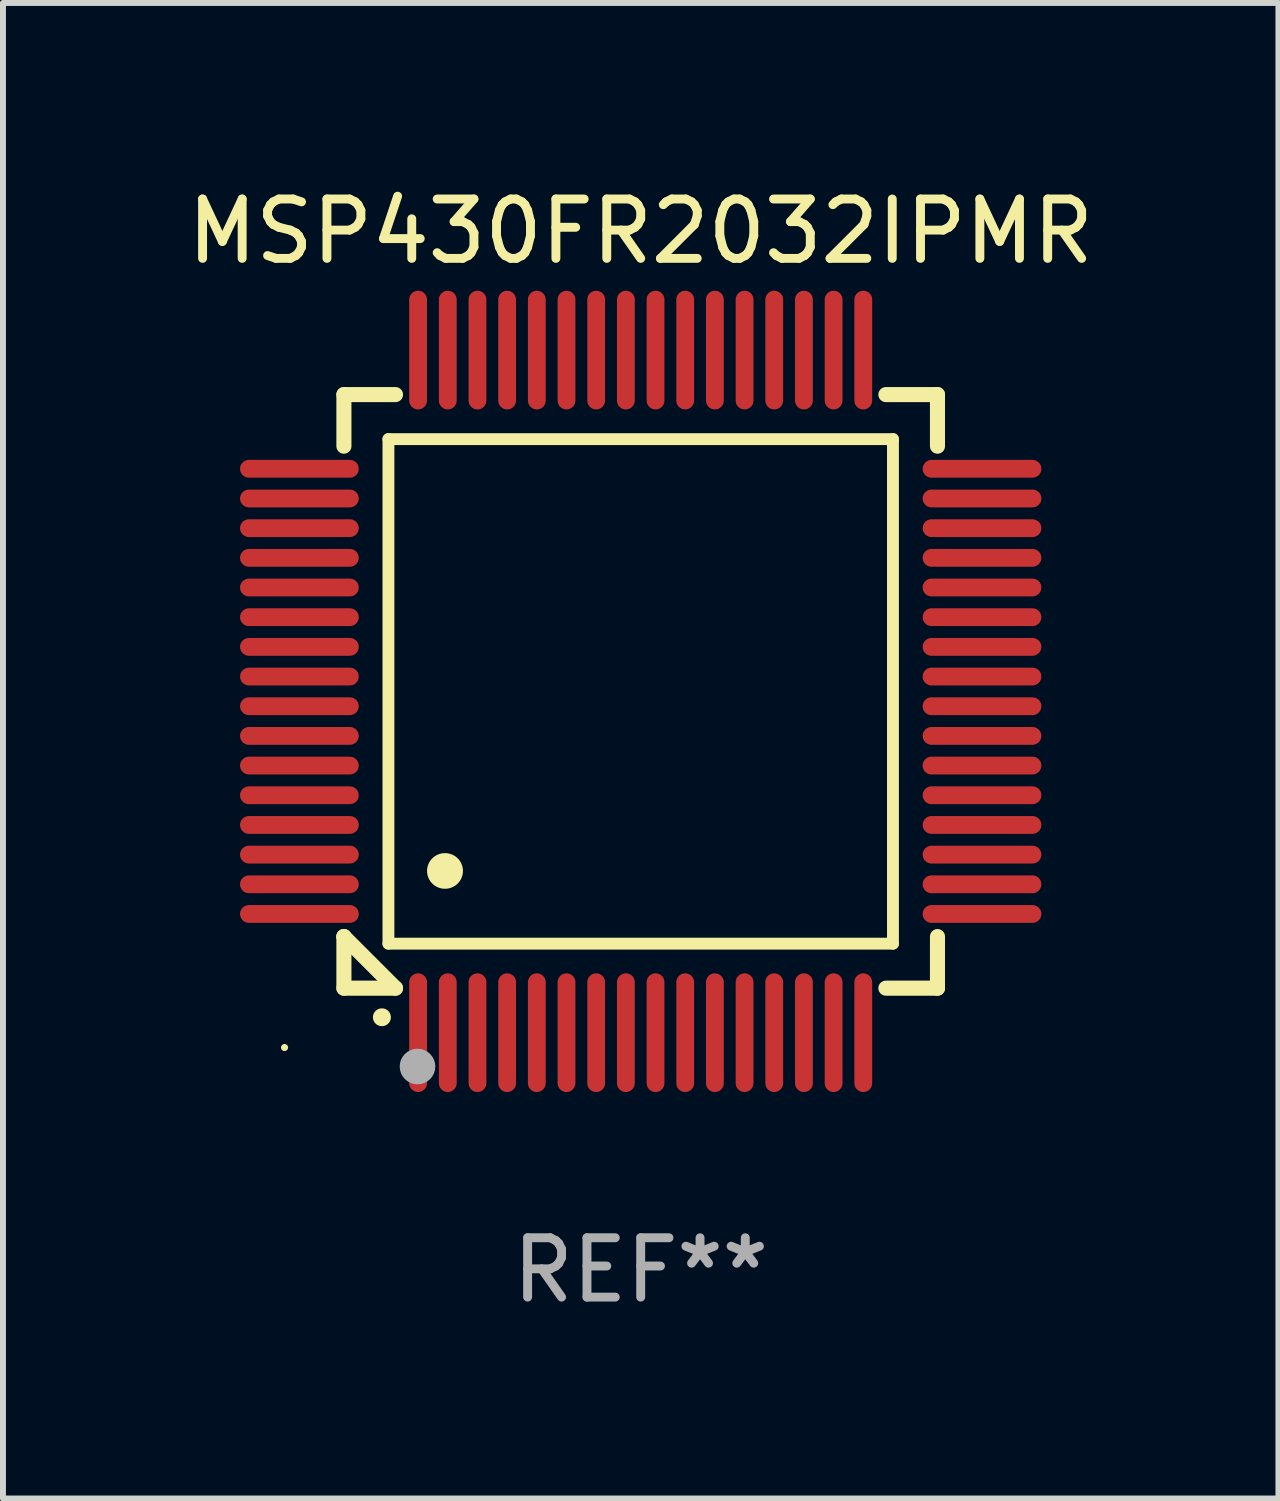
<source format=kicad_pcb>
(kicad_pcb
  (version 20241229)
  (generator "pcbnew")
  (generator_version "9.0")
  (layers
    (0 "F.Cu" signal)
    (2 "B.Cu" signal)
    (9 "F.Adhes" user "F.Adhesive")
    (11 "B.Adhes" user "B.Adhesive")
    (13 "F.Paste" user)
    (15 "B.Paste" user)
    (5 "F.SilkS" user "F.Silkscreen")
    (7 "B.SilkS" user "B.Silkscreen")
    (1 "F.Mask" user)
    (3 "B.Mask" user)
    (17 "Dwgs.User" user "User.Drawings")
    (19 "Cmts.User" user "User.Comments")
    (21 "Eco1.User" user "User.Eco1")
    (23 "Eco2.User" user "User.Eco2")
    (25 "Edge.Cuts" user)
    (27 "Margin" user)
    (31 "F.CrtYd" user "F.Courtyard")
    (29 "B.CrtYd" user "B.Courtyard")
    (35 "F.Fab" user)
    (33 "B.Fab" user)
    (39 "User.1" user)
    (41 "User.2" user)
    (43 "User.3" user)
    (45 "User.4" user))
  (footprint "MSP430FR2032IPMR"
    (layer "F.Cu")
    (at 7.744 8.598)
    (property "Reference" "MSP430FR2032IPMR" (at 0 -7.75 0) (layer "F.SilkS") (effects (font (size 1 1) (thickness 0.15))))
    (attr through_hole)
    (fp_line (start -5 -5) (end -4.131 -5) (stroke (width 0.254) (type solid)) (layer "F.SilkS"))
    (fp_line (start -5 -4.131) (end -5 -5) (stroke (width 0.254) (type solid)) (layer "F.SilkS"))
    (fp_line (start -5 4.131) (end -5 4.131) (stroke (width 0.254) (type solid)) (layer "F.SilkS"))
    (fp_line (start -5 5) (end -5 4.131) (stroke (width 0.254) (type solid)) (layer "F.SilkS"))
    (fp_line (start -5 4.131) (end -4.131 5) (stroke (width 0.254) (type solid)) (layer "F.SilkS"))
    (fp_line (start -4.25 -4.25) (end -4.25 4.25) (stroke (width 0.2) (type solid)) (layer "F.SilkS"))
    (fp_line (start -4.25 4.25) (end 4.25 4.25) (stroke (width 0.2) (type solid)) (layer "F.SilkS"))
    (fp_line (start -4.131 5) (end -5 5) (stroke (width 0.254) (type solid)) (layer "F.SilkS"))
    (fp_line (start 4.25 -4.25) (end -4.25 -4.25) (stroke (width 0.2) (type solid)) (layer "F.SilkS"))
    (fp_line (start 4.25 4.25) (end 4.25 -4.25) (stroke (width 0.2) (type solid)) (layer "F.SilkS"))
    (fp_line (start 5 -5) (end 4.131 -5) (stroke (width 0.254) (type solid)) (layer "F.SilkS"))
    (fp_line (start 5 -5) (end 5 -4.131) (stroke (width 0.254) (type solid)) (layer "F.SilkS"))
    (fp_line (start 5 4.131) (end 5 5) (stroke (width 0.254) (type solid)) (layer "F.SilkS"))
    (fp_line (start 5 5) (end 4.131 5) (stroke (width 0.254) (type solid)) (layer "F.SilkS"))
    (fp_arc (start -4.361265 5.489992) (mid -4.359995 5.489987) (end -4.358725 5.489992) (stroke (width 0.3) (type solid)) (layer "F.SilkS"))
    (fp_arc (start -3.299467 3.025146) (mid -3.296927 3.025135) (end -3.294387 3.025146) (stroke (width 0.6) (type solid)) (layer "F.SilkS"))
    (fp_circle (center -6 6) (end -5.97 6) (stroke (width 0.06) (type solid)) (fill no) (layer "F.SilkS"))
    (fp_circle (center -3.76 6.32) (end -3.61 6.32) (stroke (width 0.3) (type solid)) (fill no) (layer "F.Fab"))
    (fp_text user "REF**" (at 0 9.75 0) (layer "F.Fab") (effects (font (size 1 1) (thickness 0.15))))
    (pad "1" smd oval (at -3.75 5.75) (size 0.3 2) (layers "F.Cu" "F.Mask" "F.Paste"))
    (pad "2" smd oval (at -3.25 5.75) (size 0.3 2) (layers "F.Cu" "F.Mask" "F.Paste"))
    (pad "3" smd oval (at -2.75 5.75) (size 0.3 2) (layers "F.Cu" "F.Mask" "F.Paste"))
    (pad "4" smd oval (at -2.25 5.75) (size 0.3 2) (layers "F.Cu" "F.Mask" "F.Paste"))
    (pad "5" smd oval (at -1.75 5.75) (size 0.3 2) (layers "F.Cu" "F.Mask" "F.Paste"))
    (pad "6" smd oval (at -1.25 5.75) (size 0.3 2) (layers "F.Cu" "F.Mask" "F.Paste"))
    (pad "7" smd oval (at -0.75 5.75) (size 0.3 2) (layers "F.Cu" "F.Mask" "F.Paste"))
    (pad "8" smd oval (at -0.25 5.75) (size 0.3 2) (layers "F.Cu" "F.Mask" "F.Paste"))
    (pad "9" smd oval (at 0.25 5.75) (size 0.3 2) (layers "F.Cu" "F.Mask" "F.Paste"))
    (pad "10" smd oval (at 0.75 5.75) (size 0.3 2) (layers "F.Cu" "F.Mask" "F.Paste"))
    (pad "11" smd oval (at 1.25 5.75) (size 0.3 2) (layers "F.Cu" "F.Mask" "F.Paste"))
    (pad "12" smd oval (at 1.75 5.75) (size 0.3 2) (layers "F.Cu" "F.Mask" "F.Paste"))
    (pad "13" smd oval (at 2.25 5.75) (size 0.3 2) (layers "F.Cu" "F.Mask" "F.Paste"))
    (pad "14" smd oval (at 2.75 5.75) (size 0.3 2) (layers "F.Cu" "F.Mask" "F.Paste"))
    (pad "15" smd oval (at 3.25 5.75) (size 0.3 2) (layers "F.Cu" "F.Mask" "F.Paste"))
    (pad "16" smd oval (at 3.75 5.75) (size 0.3 2) (layers "F.Cu" "F.Mask" "F.Paste"))
    (pad "17" smd oval (at 5.75 3.75) (size 2 0.3) (layers "F.Cu" "F.Mask" "F.Paste"))
    (pad "18" smd oval (at 5.75 3.25) (size 2 0.3) (layers "F.Cu" "F.Mask" "F.Paste"))
    (pad "19" smd oval (at 5.75 2.75) (size 2 0.3) (layers "F.Cu" "F.Mask" "F.Paste"))
    (pad "20" smd oval (at 5.75 2.25) (size 2 0.3) (layers "F.Cu" "F.Mask" "F.Paste"))
    (pad "21" smd oval (at 5.75 1.75) (size 2 0.3) (layers "F.Cu" "F.Mask" "F.Paste"))
    (pad "22" smd oval (at 5.75 1.25) (size 2 0.3) (layers "F.Cu" "F.Mask" "F.Paste"))
    (pad "23" smd oval (at 5.75 0.75) (size 2 0.3) (layers "F.Cu" "F.Mask" "F.Paste"))
    (pad "24" smd oval (at 5.75 0.25) (size 2 0.3) (layers "F.Cu" "F.Mask" "F.Paste"))
    (pad "25" smd oval (at 5.75 -0.25) (size 2 0.3) (layers "F.Cu" "F.Mask" "F.Paste"))
    (pad "26" smd oval (at 5.75 -0.75) (size 2 0.3) (layers "F.Cu" "F.Mask" "F.Paste"))
    (pad "27" smd oval (at 5.75 -1.25) (size 2 0.3) (layers "F.Cu" "F.Mask" "F.Paste"))
    (pad "28" smd oval (at 5.75 -1.75) (size 2 0.3) (layers "F.Cu" "F.Mask" "F.Paste"))
    (pad "29" smd oval (at 5.75 -2.25) (size 2 0.3) (layers "F.Cu" "F.Mask" "F.Paste"))
    (pad "30" smd oval (at 5.75 -2.75) (size 2 0.3) (layers "F.Cu" "F.Mask" "F.Paste"))
    (pad "31" smd oval (at 5.75 -3.25) (size 2 0.3) (layers "F.Cu" "F.Mask" "F.Paste"))
    (pad "32" smd oval (at 5.75 -3.75) (size 2 0.3) (layers "F.Cu" "F.Mask" "F.Paste"))
    (pad "33" smd oval (at 3.75 -5.75) (size 0.3 2) (layers "F.Cu" "F.Mask" "F.Paste"))
    (pad "34" smd oval (at 3.25 -5.75) (size 0.3 2) (layers "F.Cu" "F.Mask" "F.Paste"))
    (pad "35" smd oval (at 2.75 -5.75) (size 0.3 2) (layers "F.Cu" "F.Mask" "F.Paste"))
    (pad "36" smd oval (at 2.25 -5.75) (size 0.3 2) (layers "F.Cu" "F.Mask" "F.Paste"))
    (pad "37" smd oval (at 1.75 -5.75) (size 0.3 2) (layers "F.Cu" "F.Mask" "F.Paste"))
    (pad "38" smd oval (at 1.25 -5.75) (size 0.3 2) (layers "F.Cu" "F.Mask" "F.Paste"))
    (pad "39" smd oval (at 0.75 -5.75) (size 0.3 2) (layers "F.Cu" "F.Mask" "F.Paste"))
    (pad "40" smd oval (at 0.25 -5.75) (size 0.3 2) (layers "F.Cu" "F.Mask" "F.Paste"))
    (pad "41" smd oval (at -0.25 -5.75) (size 0.3 2) (layers "F.Cu" "F.Mask" "F.Paste"))
    (pad "42" smd oval (at -0.75 -5.75) (size 0.3 2) (layers "F.Cu" "F.Mask" "F.Paste"))
    (pad "43" smd oval (at -1.25 -5.75) (size 0.3 2) (layers "F.Cu" "F.Mask" "F.Paste"))
    (pad "44" smd oval (at -1.75 -5.75) (size 0.3 2) (layers "F.Cu" "F.Mask" "F.Paste"))
    (pad "45" smd oval (at -2.25 -5.75) (size 0.3 2) (layers "F.Cu" "F.Mask" "F.Paste"))
    (pad "46" smd oval (at -2.75 -5.75) (size 0.3 2) (layers "F.Cu" "F.Mask" "F.Paste"))
    (pad "47" smd oval (at -3.25 -5.75) (size 0.3 2) (layers "F.Cu" "F.Mask" "F.Paste"))
    (pad "48" smd oval (at -3.75 -5.75) (size 0.3 2) (layers "F.Cu" "F.Mask" "F.Paste"))
    (pad "49" smd oval (at -5.75 -3.75) (size 2 0.3) (layers "F.Cu" "F.Mask" "F.Paste"))
    (pad "50" smd oval (at -5.75 -3.25) (size 2 0.3) (layers "F.Cu" "F.Mask" "F.Paste"))
    (pad "51" smd oval (at -5.75 -2.75) (size 2 0.3) (layers "F.Cu" "F.Mask" "F.Paste"))
    (pad "52" smd oval (at -5.75 -2.25) (size 2 0.3) (layers "F.Cu" "F.Mask" "F.Paste"))
    (pad "53" smd oval (at -5.75 -1.75) (size 2 0.3) (layers "F.Cu" "F.Mask" "F.Paste"))
    (pad "54" smd oval (at -5.75 -1.25) (size 2 0.3) (layers "F.Cu" "F.Mask" "F.Paste"))
    (pad "55" smd oval (at -5.75 -0.75) (size 2 0.3) (layers "F.Cu" "F.Mask" "F.Paste"))
    (pad "56" smd oval (at -5.75 -0.25) (size 2 0.3) (layers "F.Cu" "F.Mask" "F.Paste"))
    (pad "57" smd oval (at -5.75 0.25) (size 2 0.3) (layers "F.Cu" "F.Mask" "F.Paste"))
    (pad "58" smd oval (at -5.75 0.75) (size 2 0.3) (layers "F.Cu" "F.Mask" "F.Paste"))
    (pad "59" smd oval (at -5.75 1.25) (size 2 0.3) (layers "F.Cu" "F.Mask" "F.Paste"))
    (pad "60" smd oval (at -5.75 1.75) (size 2 0.3) (layers "F.Cu" "F.Mask" "F.Paste"))
    (pad "61" smd oval (at -5.75 2.25) (size 2 0.3) (layers "F.Cu" "F.Mask" "F.Paste"))
    (pad "62" smd oval (at -5.75 2.75) (size 2 0.3) (layers "F.Cu" "F.Mask" "F.Paste"))
    (pad "63" smd oval (at -5.75 3.25) (size 2 0.3) (layers "F.Cu" "F.Mask" "F.Paste"))
    (pad "64" smd oval (at -5.75 3.75) (size 2 0.3) (layers "F.Cu" "F.Mask" "F.Paste")))
  (gr_rect
    (start -3 -3)
    (end 18.488 22.196)
    (stroke (width 0.1) (type default))
    (fill no)
    (layer "Edge.Cuts")))
</source>
